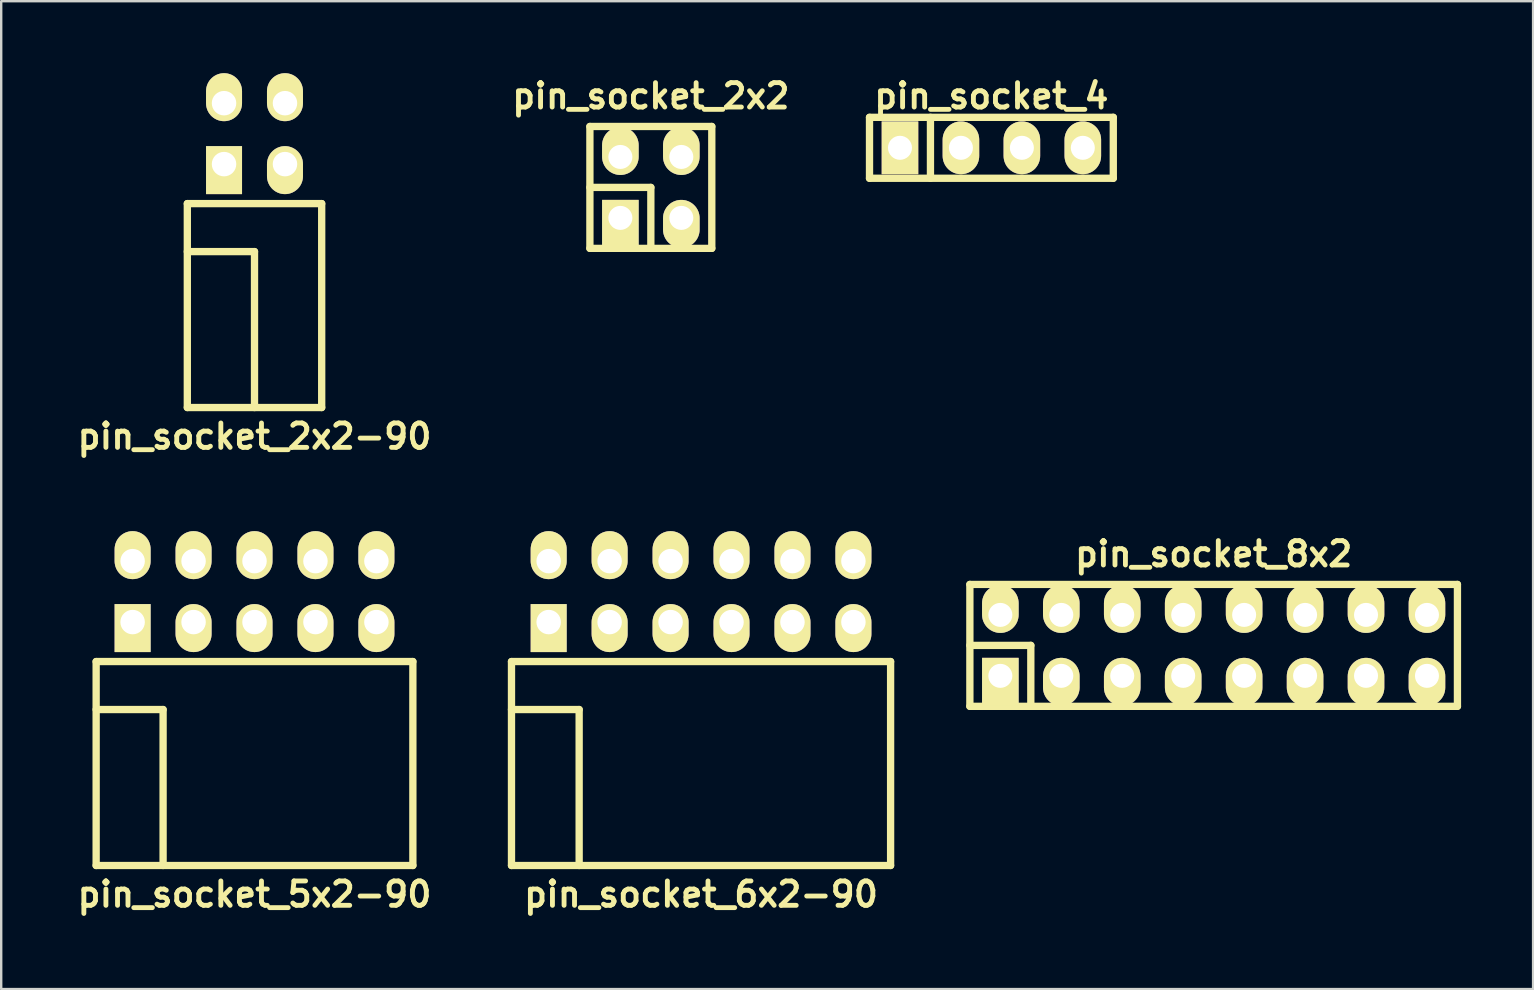
<source format=kicad_pcb>
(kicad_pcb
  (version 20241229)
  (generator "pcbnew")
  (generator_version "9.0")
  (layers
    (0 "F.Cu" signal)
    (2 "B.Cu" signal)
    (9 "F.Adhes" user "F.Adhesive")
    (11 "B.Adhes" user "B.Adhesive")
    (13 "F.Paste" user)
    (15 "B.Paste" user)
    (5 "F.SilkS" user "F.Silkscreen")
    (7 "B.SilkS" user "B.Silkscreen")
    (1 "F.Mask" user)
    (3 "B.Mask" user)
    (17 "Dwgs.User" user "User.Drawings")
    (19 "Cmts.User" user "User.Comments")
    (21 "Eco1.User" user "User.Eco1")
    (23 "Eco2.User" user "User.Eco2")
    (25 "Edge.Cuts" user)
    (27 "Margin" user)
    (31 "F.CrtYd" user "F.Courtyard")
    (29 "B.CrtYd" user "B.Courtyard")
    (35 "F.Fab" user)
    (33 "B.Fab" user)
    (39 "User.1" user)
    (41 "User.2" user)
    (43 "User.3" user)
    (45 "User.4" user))
  (footprint "pin_socket_8x2"
    (layer "F.Cu")
    (at 47.531 23.847)
    (property "Reference" "pin_socket_8x2" (at 0 -3.81 0) (layer "F.SilkS") (effects (font (size 1.016 1.016) (thickness 0.203))))
    (attr through_hole)
    (fp_line (start -10.16 -2.54) (end -10.16 2.54) (stroke (width 0.305) (type solid)) (layer "F.SilkS"))
    (fp_line (start -10.16 -2.54) (end 10.16 -2.54) (stroke (width 0.305) (type solid)) (layer "F.SilkS"))
    (fp_line (start -10.16 0) (end -7.62 0) (stroke (width 0.305) (type solid)) (layer "F.SilkS"))
    (fp_line (start -7.62 0) (end -7.62 2.54) (stroke (width 0.305) (type solid)) (layer "F.SilkS"))
    (fp_line (start 10.16 -2.54) (end 10.16 2.54) (stroke (width 0.305) (type solid)) (layer "F.SilkS"))
    (fp_line (start 10.16 2.54) (end -10.16 2.54) (stroke (width 0.305) (type solid)) (layer "F.SilkS"))
    (pad "1" thru_hole rect (at -8.89 1.27) (size 1.524 1.999) (drill 1.001 (offset 0 0.249)) (layers "*.Cu" "*.Mask" "F.SilkS"))
    (pad "2" thru_hole oval (at -8.89 -1.27) (size 1.524 1.999) (drill 1.001 (offset 0 -0.249)) (layers "*.Cu" "*.Mask" "F.SilkS"))
    (pad "3" thru_hole oval (at -6.35 1.27) (size 1.524 1.999) (drill 1.001 (offset 0 0.249)) (layers "*.Cu" "*.Mask" "F.SilkS"))
    (pad "4" thru_hole oval (at -6.35 -1.27) (size 1.524 1.999) (drill 1.001 (offset 0 -0.249)) (layers "*.Cu" "*.Mask" "F.SilkS"))
    (pad "5" thru_hole oval (at -3.81 1.27) (size 1.524 1.999) (drill 1.001 (offset 0 0.249)) (layers "*.Cu" "*.Mask" "F.SilkS"))
    (pad "6" thru_hole oval (at -3.81 -1.27) (size 1.524 1.999) (drill 1.001 (offset 0 -0.249)) (layers "*.Cu" "*.Mask" "F.SilkS"))
    (pad "7" thru_hole oval (at -1.27 1.27) (size 1.524 1.999) (drill 1.001 (offset 0 0.249)) (layers "*.Cu" "*.Mask" "F.SilkS"))
    (pad "8" thru_hole oval (at -1.27 -1.27) (size 1.524 1.999) (drill 1.001 (offset 0 -0.249)) (layers "*.Cu" "*.Mask" "F.SilkS"))
    (pad "9" thru_hole oval (at 1.27 1.27) (size 1.524 1.999) (drill 1.001 (offset 0 0.249)) (layers "*.Cu" "*.Mask" "F.SilkS"))
    (pad "10" thru_hole oval (at 1.27 -1.27) (size 1.524 1.999) (drill 1.001 (offset 0 -0.249)) (layers "*.Cu" "*.Mask" "F.SilkS"))
    (pad "11" thru_hole oval (at 3.81 1.27) (size 1.524 1.999) (drill 1.001 (offset 0 0.249)) (layers "*.Cu" "*.Mask" "F.SilkS"))
    (pad "12" thru_hole oval (at 3.81 -1.27) (size 1.524 1.999) (drill 1.001 (offset 0 -0.249)) (layers "*.Cu" "*.Mask" "F.SilkS"))
    (pad "13" thru_hole oval (at 6.35 1.27) (size 1.524 1.999) (drill 1.001 (offset 0 0.249)) (layers "*.Cu" "*.Mask" "F.SilkS"))
    (pad "14" thru_hole oval (at 6.35 -1.27) (size 1.524 1.999) (drill 1.001 (offset 0 -0.249)) (layers "*.Cu" "*.Mask" "F.SilkS"))
    (pad "15" thru_hole oval (at 8.89 1.27) (size 1.524 1.999) (drill 1.001 (offset 0 0.249)) (layers "*.Cu" "*.Mask" "F.SilkS"))
    (pad "16" thru_hole oval (at 8.89 -1.27) (size 1.524 1.999) (drill 1.001 (offset 0 -0.249)) (layers "*.Cu" "*.Mask" "F.SilkS")))
  (footprint "pin_socket_6x2-90"
    (layer "F.Cu")
    (at 26.167 26.521)
    (property "Reference" "pin_socket_6x2-90" (at 0 7.7 0) (layer "F.SilkS") (effects (font (size 1.016 1.016) (thickness 0.203))))
    (attr through_hole)
    (fp_line (start -7.9 -2) (end -7.9 6.5) (stroke (width 0.305) (type solid)) (layer "F.SilkS"))
    (fp_line (start -7.9 -2) (end 7.9 -2) (stroke (width 0.305) (type solid)) (layer "F.SilkS"))
    (fp_line (start -7.9 0) (end -5.08 0) (stroke (width 0.305) (type solid)) (layer "F.SilkS"))
    (fp_line (start -7.9 6.5) (end 7.9 6.5) (stroke (width 0.305) (type solid)) (layer "F.SilkS"))
    (fp_line (start -5.08 0) (end -5.08 6.5) (stroke (width 0.305) (type solid)) (layer "F.SilkS"))
    (fp_line (start 7.9 -2) (end 7.9 6.5) (stroke (width 0.305) (type solid)) (layer "F.SilkS"))
    (pad "1" thru_hole rect (at -6.35 -3.645) (size 1.5 2) (drill 1.02 (offset 0 0.25)) (layers "*.Cu" "*.Mask" "F.SilkS"))
    (pad "2" thru_hole oval (at -6.35 -6.185) (size 1.5 2) (drill 1.02 (offset 0 -0.25)) (layers "*.Cu" "*.Mask" "F.SilkS"))
    (pad "3" thru_hole oval (at -3.81 -3.645) (size 1.5 2) (drill 1.02 (offset 0 0.25)) (layers "*.Cu" "*.Mask" "F.SilkS"))
    (pad "4" thru_hole oval (at -3.81 -6.185) (size 1.5 2) (drill 1.02 (offset 0 -0.25)) (layers "*.Cu" "*.Mask" "F.SilkS"))
    (pad "5" thru_hole oval (at -1.27 -3.645) (size 1.5 2) (drill 1.02 (offset 0 0.25)) (layers "*.Cu" "*.Mask" "F.SilkS"))
    (pad "6" thru_hole oval (at -1.27 -6.185) (size 1.5 2) (drill 1.02 (offset 0 -0.25)) (layers "*.Cu" "*.Mask" "F.SilkS"))
    (pad "7" thru_hole oval (at 1.27 -3.645) (size 1.5 2) (drill 1.02 (offset 0 0.25)) (layers "*.Cu" "*.Mask" "F.SilkS"))
    (pad "8" thru_hole oval (at 1.27 -6.185) (size 1.5 2) (drill 1.02 (offset 0 -0.25)) (layers "*.Cu" "*.Mask" "F.SilkS"))
    (pad "9" thru_hole oval (at 3.81 -3.645) (size 1.5 2) (drill 1.02 (offset 0 0.25)) (layers "*.Cu" "*.Mask" "F.SilkS"))
    (pad "10" thru_hole oval (at 3.81 -6.185) (size 1.5 2) (drill 1.02 (offset 0 -0.25)) (layers "*.Cu" "*.Mask" "F.SilkS"))
    (pad "11" thru_hole oval (at 6.35 -3.645) (size 1.5 2) (drill 1.02 (offset 0 0.25)) (layers "*.Cu" "*.Mask" "F.SilkS"))
    (pad "12" thru_hole oval (at 6.35 -6.185) (size 1.5 2) (drill 1.02 (offset 0 -0.25)) (layers "*.Cu" "*.Mask" "F.SilkS")))
  (footprint "pin_socket_4"
    (layer "F.Cu")
    (at 38.268 3.11)
    (property "Reference" "pin_socket_4" (at 0 -2.159 0) (layer "F.SilkS") (effects (font (size 1.016 1.016) (thickness 0.203))))
    (attr through_hole)
    (fp_line (start -5.08 -1.27) (end 5.08 -1.27) (stroke (width 0.305) (type solid)) (layer "F.SilkS"))
    (fp_line (start -5.08 1.27) (end -5.08 -1.27) (stroke (width 0.305) (type solid)) (layer "F.SilkS"))
    (fp_line (start -2.54 -1.27) (end -2.54 1.27) (stroke (width 0.305) (type solid)) (layer "F.SilkS"))
    (fp_line (start 5.08 -1.27) (end 5.08 1.27) (stroke (width 0.305) (type solid)) (layer "F.SilkS"))
    (fp_line (start 5.08 1.27) (end -5.08 1.27) (stroke (width 0.305) (type solid)) (layer "F.SilkS"))
    (pad "1" thru_hole rect (at -3.81 0) (size 1.524 2.2) (drill 1.001) (layers "*.Cu" "*.Mask" "F.SilkS"))
    (pad "2" thru_hole oval (at -1.27 0) (size 1.524 2.2) (drill 1.001) (layers "*.Cu" "*.Mask" "F.SilkS"))
    (pad "3" thru_hole oval (at 1.27 0) (size 1.524 2.2) (drill 1.001) (layers "*.Cu" "*.Mask" "F.SilkS"))
    (pad "4" thru_hole oval (at 3.81 0) (size 1.524 2.2) (drill 1.001) (layers "*.Cu" "*.Mask" "F.SilkS")))
  (footprint "pin_socket_2x2"
    (layer "F.Cu")
    (at 24.075 4.761)
    (property "Reference" "pin_socket_2x2" (at 0 -3.81 0) (layer "F.SilkS") (effects (font (size 1.016 1.016) (thickness 0.203))))
    (attr through_hole)
    (fp_line (start -2.54 -2.54) (end -2.54 2.54) (stroke (width 0.305) (type solid)) (layer "F.SilkS"))
    (fp_line (start -2.54 -2.54) (end 2.54 -2.54) (stroke (width 0.305) (type solid)) (layer "F.SilkS"))
    (fp_line (start -2.54 0) (end 0 0) (stroke (width 0.305) (type solid)) (layer "F.SilkS"))
    (fp_line (start 0 0) (end 0 2.54) (stroke (width 0.305) (type solid)) (layer "F.SilkS"))
    (fp_line (start 2.54 -2.54) (end 2.54 2.54) (stroke (width 0.305) (type solid)) (layer "F.SilkS"))
    (fp_line (start 2.54 2.54) (end -2.54 2.54) (stroke (width 0.305) (type solid)) (layer "F.SilkS"))
    (pad "1" thru_hole rect (at -1.27 1.27) (size 1.524 1.999) (drill 1.001 (offset 0 0.249)) (layers "*.Cu" "*.Mask" "F.SilkS"))
    (pad "2" thru_hole oval (at -1.27 -1.27) (size 1.524 1.999) (drill 1.001 (offset 0 -0.249)) (layers "*.Cu" "*.Mask" "F.SilkS"))
    (pad "3" thru_hole oval (at 1.27 1.27) (size 1.524 1.999) (drill 1.001 (offset 0 0.249)) (layers "*.Cu" "*.Mask" "F.SilkS"))
    (pad "4" thru_hole oval (at 1.27 -1.27) (size 1.524 1.999) (drill 1.001 (offset 0 -0.249)) (layers "*.Cu" "*.Mask" "F.SilkS")))
  (footprint "pin_socket_5x2-90"
    (layer "F.Cu")
    (at 7.557 26.521)
    (property "Reference" "pin_socket_5x2-90" (at 0 7.7 0) (layer "F.SilkS") (effects (font (size 1.016 1.016) (thickness 0.203))))
    (attr through_hole)
    (fp_line (start -6.6 -2) (end -6.6 6.5) (stroke (width 0.305) (type solid)) (layer "F.SilkS"))
    (fp_line (start -6.6 -2) (end 6.6 -2) (stroke (width 0.305) (type solid)) (layer "F.SilkS"))
    (fp_line (start -6.6 0) (end -3.81 0) (stroke (width 0.305) (type solid)) (layer "F.SilkS"))
    (fp_line (start -6.6 6.5) (end 6.6 6.5) (stroke (width 0.305) (type solid)) (layer "F.SilkS"))
    (fp_line (start -3.81 0) (end -3.81 6.5) (stroke (width 0.305) (type solid)) (layer "F.SilkS"))
    (fp_line (start 6.6 -2) (end 6.6 6.5) (stroke (width 0.305) (type solid)) (layer "F.SilkS"))
    (pad "1" thru_hole rect (at -5.08 -3.645) (size 1.5 2) (drill 1.02 (offset 0 0.25)) (layers "*.Cu" "*.Mask" "F.SilkS"))
    (pad "2" thru_hole oval (at -5.08 -6.185) (size 1.5 2) (drill 1.02 (offset 0 -0.25)) (layers "*.Cu" "*.Mask" "F.SilkS"))
    (pad "3" thru_hole oval (at -2.54 -3.645) (size 1.5 2) (drill 1.02 (offset 0 0.25)) (layers "*.Cu" "*.Mask" "F.SilkS"))
    (pad "4" thru_hole oval (at -2.54 -6.185) (size 1.5 2) (drill 1.02 (offset 0 -0.25)) (layers "*.Cu" "*.Mask" "F.SilkS"))
    (pad "5" thru_hole oval (at 0 -3.645) (size 1.5 2) (drill 1.02 (offset 0 0.25)) (layers "*.Cu" "*.Mask" "F.SilkS"))
    (pad "6" thru_hole oval (at 0 -6.185) (size 1.5 2) (drill 1.02 (offset 0 -0.25)) (layers "*.Cu" "*.Mask" "F.SilkS"))
    (pad "7" thru_hole oval (at 2.54 -3.645) (size 1.5 2) (drill 1.02 (offset 0 0.25)) (layers "*.Cu" "*.Mask" "F.SilkS"))
    (pad "8" thru_hole oval (at 2.54 -6.185) (size 1.5 2) (drill 1.02 (offset 0 -0.25)) (layers "*.Cu" "*.Mask" "F.SilkS"))
    (pad "9" thru_hole oval (at 5.08 -3.645) (size 1.5 2) (drill 1.02 (offset 0 0.25)) (layers "*.Cu" "*.Mask" "F.SilkS"))
    (pad "10" thru_hole oval (at 5.08 -6.185) (size 1.5 2) (drill 1.02 (offset 0 -0.25)) (layers "*.Cu" "*.Mask" "F.SilkS")))
  (footprint "pin_socket_2x2-90"
    (layer "F.Cu")
    (at 7.557 7.435)
    (property "Reference" "pin_socket_2x2-90" (at 0 7.7 0) (layer "F.SilkS") (effects (font (size 1.016 1.016) (thickness 0.203))))
    (attr through_hole)
    (fp_line (start -2.8 -2) (end -2.8 6.5) (stroke (width 0.305) (type solid)) (layer "F.SilkS"))
    (fp_line (start -2.8 -2) (end 2.8 -2) (stroke (width 0.305) (type solid)) (layer "F.SilkS"))
    (fp_line (start -2.8 0) (end 0 0) (stroke (width 0.305) (type solid)) (layer "F.SilkS"))
    (fp_line (start -2.8 6.5) (end 2.8 6.5) (stroke (width 0.305) (type solid)) (layer "F.SilkS"))
    (fp_line (start 0 0) (end 0 6.5) (stroke (width 0.305) (type solid)) (layer "F.SilkS"))
    (fp_line (start 2.8 -2) (end 2.8 6.5) (stroke (width 0.305) (type solid)) (layer "F.SilkS"))
    (pad "1" thru_hole rect (at -1.27 -3.645) (size 1.5 2) (drill 1.02 (offset 0 0.25)) (layers "*.Cu" "*.Mask" "F.SilkS"))
    (pad "2" thru_hole oval (at -1.27 -6.185) (size 1.5 2) (drill 1.02 (offset 0 -0.25)) (layers "*.Cu" "*.Mask" "F.SilkS"))
    (pad "3" thru_hole oval (at 1.27 -3.645) (size 1.5 2) (drill 1.02 (offset 0 0.25)) (layers "*.Cu" "*.Mask" "F.SilkS"))
    (pad "4" thru_hole oval (at 1.27 -6.185) (size 1.5 2) (drill 1.02 (offset 0 -0.25)) (layers "*.Cu" "*.Mask" "F.SilkS")))
  (gr_rect
    (start -3 -3)
    (end 60.844 38.172)
    (stroke (width 0.1) (type default))
    (fill no)
    (layer "Edge.Cuts")))
</source>
